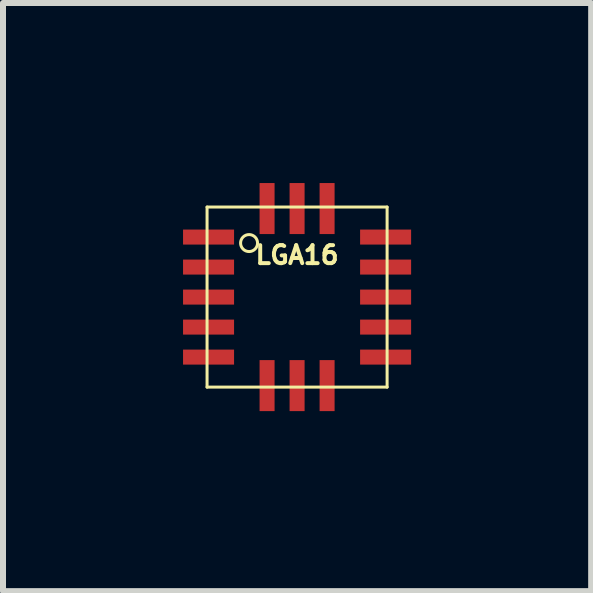
<source format=kicad_pcb>
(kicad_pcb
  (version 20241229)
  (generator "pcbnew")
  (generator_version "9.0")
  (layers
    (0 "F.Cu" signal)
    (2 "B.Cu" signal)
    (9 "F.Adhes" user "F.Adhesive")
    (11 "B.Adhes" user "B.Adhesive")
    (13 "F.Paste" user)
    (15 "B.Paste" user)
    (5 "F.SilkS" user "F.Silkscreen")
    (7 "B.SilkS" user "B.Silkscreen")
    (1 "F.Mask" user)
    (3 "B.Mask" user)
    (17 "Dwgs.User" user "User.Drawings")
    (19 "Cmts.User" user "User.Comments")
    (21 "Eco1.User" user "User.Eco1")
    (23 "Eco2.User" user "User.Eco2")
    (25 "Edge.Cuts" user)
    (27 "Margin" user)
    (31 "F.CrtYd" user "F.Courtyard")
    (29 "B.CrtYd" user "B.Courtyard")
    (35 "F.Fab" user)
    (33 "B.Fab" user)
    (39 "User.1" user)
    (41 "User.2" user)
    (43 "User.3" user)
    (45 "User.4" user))
  (footprint "LGA16"
    (layer "F.Cu")
    (at 1.9 1.9)
    (property "Reference" "LGA16" (at 0 -0.701 0) (layer "F.SilkS") (effects (font (size 0.3 0.3) (thickness 0.066))))
    (attr through_hole)
    (fp_line (start -1.5 -1.5) (end 1.5 -1.5) (stroke (width 0.05) (type solid)) (layer "F.SilkS"))
    (fp_line (start -1.5 1.5) (end -1.5 -1.5) (stroke (width 0.05) (type solid)) (layer "F.SilkS"))
    (fp_line (start 1.5 -1.5) (end 1.5 1.5) (stroke (width 0.05) (type solid)) (layer "F.SilkS"))
    (fp_line (start 1.5 1.5) (end -1.5 1.5) (stroke (width 0.05) (type solid)) (layer "F.SilkS"))
    (fp_circle (center -0.8 -0.9) (end -0.7 -0.8) (stroke (width 0.05) (type solid)) (fill no) (layer "F.SilkS"))
    (pad "1" smd rect (at -1.475 -1) (size 0.85 0.25) (layers "F.Cu" "F.Mask" "F.Paste"))
    (pad "2" smd rect (at -1.475 -0.5) (size 0.85 0.25) (layers "F.Cu" "F.Mask" "F.Paste"))
    (pad "3" smd rect (at -1.475 0) (size 0.85 0.25) (layers "F.Cu" "F.Mask" "F.Paste"))
    (pad "4" smd rect (at -1.475 0.5) (size 0.85 0.25) (layers "F.Cu" "F.Mask" "F.Paste"))
    (pad "5" smd rect (at -1.475 1) (size 0.85 0.25) (layers "F.Cu" "F.Mask" "F.Paste"))
    (pad "6" smd rect (at -0.5 1.475) (size 0.25 0.85) (layers "F.Cu" "F.Mask" "F.Paste"))
    (pad "7" smd rect (at 0 1.475) (size 0.25 0.85) (layers "F.Cu" "F.Mask" "F.Paste"))
    (pad "8" smd rect (at 0.5 1.475) (size 0.25 0.85) (layers "F.Cu" "F.Mask" "F.Paste"))
    (pad "9" smd rect (at 1.475 1) (size 0.85 0.25) (layers "F.Cu" "F.Mask" "F.Paste"))
    (pad "10" smd rect (at 1.475 0.5) (size 0.85 0.25) (layers "F.Cu" "F.Mask" "F.Paste"))
    (pad "11" smd rect (at 1.475 0) (size 0.85 0.25) (layers "F.Cu" "F.Mask" "F.Paste"))
    (pad "12" smd rect (at 1.475 -0.5) (size 0.85 0.25) (layers "F.Cu" "F.Mask" "F.Paste"))
    (pad "13" smd rect (at 1.475 -1) (size 0.85 0.25) (layers "F.Cu" "F.Mask" "F.Paste"))
    (pad "14" smd rect (at 0.5 -1.475) (size 0.25 0.85) (layers "F.Cu" "F.Mask" "F.Paste"))
    (pad "15" smd rect (at 0 -1.475) (size 0.25 0.85) (layers "F.Cu" "F.Mask" "F.Paste"))
    (pad "16" smd rect (at -0.5 -1.475) (size 0.25 0.85) (layers "F.Cu" "F.Mask" "F.Paste")))
  (gr_rect
    (start -3 -3)
    (end 6.8 6.8)
    (stroke (width 0.1) (type default))
    (fill no)
    (layer "Edge.Cuts")))
</source>
